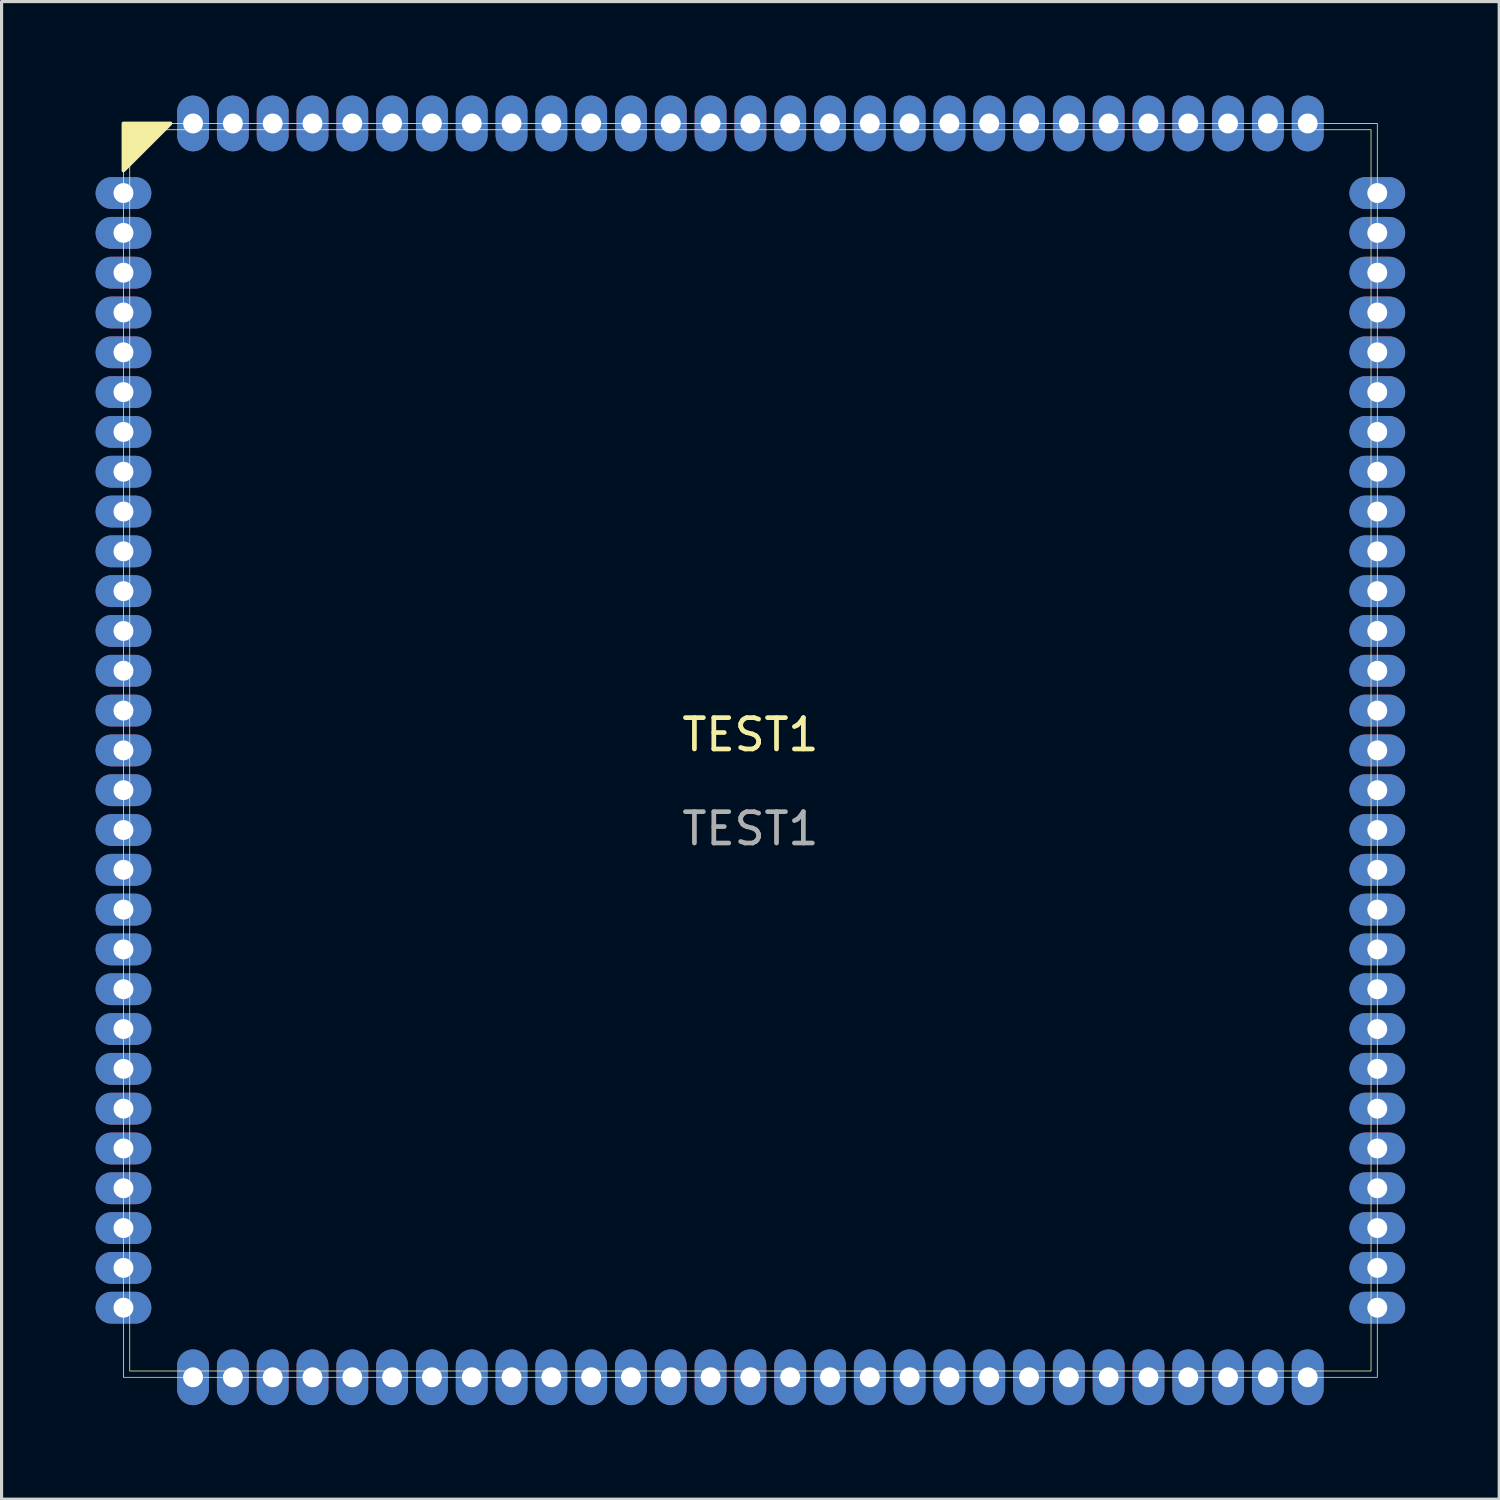
<source format=kicad_pcb>
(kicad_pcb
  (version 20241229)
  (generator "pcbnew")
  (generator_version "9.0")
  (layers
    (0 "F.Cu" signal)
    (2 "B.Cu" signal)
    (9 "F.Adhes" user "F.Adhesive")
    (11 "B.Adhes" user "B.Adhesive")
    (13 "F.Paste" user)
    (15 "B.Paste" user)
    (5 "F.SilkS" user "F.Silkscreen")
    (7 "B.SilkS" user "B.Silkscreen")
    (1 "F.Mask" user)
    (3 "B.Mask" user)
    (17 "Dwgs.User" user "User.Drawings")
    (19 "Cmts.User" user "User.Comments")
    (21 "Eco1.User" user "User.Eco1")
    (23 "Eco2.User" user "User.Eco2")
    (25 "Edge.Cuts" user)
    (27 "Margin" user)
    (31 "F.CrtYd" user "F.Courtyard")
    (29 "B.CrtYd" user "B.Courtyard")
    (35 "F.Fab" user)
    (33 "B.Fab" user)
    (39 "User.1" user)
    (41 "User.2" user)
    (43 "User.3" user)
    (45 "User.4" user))
  (footprint "TEST1"
    (layer "F.Cu")
    (at 20.889 20.889)
    (property "Reference" "TEST1" (at 0 -0.5 0) (unlocked yes) (layer "F.SilkS") (effects (font (size 1 1) (thickness 0.15))))
    (attr smd)
    (fp_rect (start -20 -20) (end 20 20) (stroke (width 0.025) (type solid)) (fill no) (layer "F.SilkS"))
    (fp_rect (start -19.8 -19.8) (end 19.8 19.8) (stroke (width 0.025) (type solid)) (fill no) (layer "F.SilkS"))
    (fp_poly (pts (xy -20 -18.5) (xy -20 -20) (xy -18.5 -20)) (stroke (width 0.12) (type solid)) (fill yes) (layer "F.SilkS"))
    (fp_text user "${REFERENCE}" (at 0 2.5 0) (unlocked yes) (layer "F.Fab") (effects (font (size 1 1) (thickness 0.15))))
    (pad "1" thru_hole oval (at -20 -17.78) (size 1.778 1.016) (drill 0.635) (layers "*.Cu" "*.Mask"))
    (pad "2" thru_hole oval (at -20 -16.51) (size 1.778 1.016) (drill 0.635) (layers "*.Cu" "*.Mask"))
    (pad "3" thru_hole oval (at -20 -15.24) (size 1.778 1.016) (drill 0.635) (layers "*.Cu" "*.Mask"))
    (pad "4" thru_hole oval (at -20 -13.97) (size 1.778 1.016) (drill 0.635) (layers "*.Cu" "*.Mask"))
    (pad "5" thru_hole oval (at -20 -12.7) (size 1.778 1.016) (drill 0.635) (layers "*.Cu" "*.Mask"))
    (pad "6" thru_hole oval (at -20 -11.43) (size 1.778 1.016) (drill 0.635) (layers "*.Cu" "*.Mask"))
    (pad "7" thru_hole oval (at -20 -10.16) (size 1.778 1.016) (drill 0.635) (layers "*.Cu" "*.Mask"))
    (pad "8" thru_hole oval (at -20 -8.89) (size 1.778 1.016) (drill 0.635) (layers "*.Cu" "*.Mask"))
    (pad "9" thru_hole oval (at -20 -7.62) (size 1.778 1.016) (drill 0.635) (layers "*.Cu" "*.Mask"))
    (pad "10" thru_hole oval (at -20 -6.35) (size 1.778 1.016) (drill 0.635) (layers "*.Cu" "*.Mask"))
    (pad "11" thru_hole oval (at -20 -5.08) (size 1.778 1.016) (drill 0.635) (layers "*.Cu" "*.Mask"))
    (pad "12" thru_hole oval (at -20 -3.81) (size 1.778 1.016) (drill 0.635) (layers "*.Cu" "*.Mask"))
    (pad "13" thru_hole oval (at -20 -2.54) (size 1.778 1.016) (drill 0.635) (layers "*.Cu" "*.Mask"))
    (pad "14" thru_hole oval (at -20 -1.27) (size 1.778 1.016) (drill 0.635) (layers "*.Cu" "*.Mask"))
    (pad "15" thru_hole oval (at -20 0) (size 1.778 1.016) (drill 0.635) (layers "*.Cu" "*.Mask"))
    (pad "16" thru_hole oval (at -20 1.27) (size 1.778 1.016) (drill 0.635) (layers "*.Cu" "*.Mask"))
    (pad "17" thru_hole oval (at -20 2.54) (size 1.778 1.016) (drill 0.635) (layers "*.Cu" "*.Mask"))
    (pad "18" thru_hole oval (at -20 3.81) (size 1.778 1.016) (drill 0.635) (layers "*.Cu" "*.Mask"))
    (pad "19" thru_hole oval (at -20 5.08) (size 1.778 1.016) (drill 0.635) (layers "*.Cu" "*.Mask"))
    (pad "20" thru_hole oval (at -20 6.35) (size 1.778 1.016) (drill 0.635) (layers "*.Cu" "*.Mask"))
    (pad "21" thru_hole oval (at -20 7.62) (size 1.778 1.016) (drill 0.635) (layers "*.Cu" "*.Mask"))
    (pad "22" thru_hole oval (at -20 8.89) (size 1.778 1.016) (drill 0.635) (layers "*.Cu" "*.Mask"))
    (pad "23" thru_hole oval (at -20 10.16) (size 1.778 1.016) (drill 0.635) (layers "*.Cu" "*.Mask"))
    (pad "24" thru_hole oval (at -20 11.43) (size 1.778 1.016) (drill 0.635) (layers "*.Cu" "*.Mask"))
    (pad "25" thru_hole oval (at -20 12.7) (size 1.778 1.016) (drill 0.635) (layers "*.Cu" "*.Mask"))
    (pad "26" thru_hole oval (at -20 13.97) (size 1.778 1.016) (drill 0.635) (layers "*.Cu" "*.Mask"))
    (pad "27" thru_hole oval (at -20 15.24) (size 1.778 1.016) (drill 0.635) (layers "*.Cu" "*.Mask"))
    (pad "28" thru_hole oval (at -20 16.51) (size 1.778 1.016) (drill 0.635) (layers "*.Cu" "*.Mask"))
    (pad "29" thru_hole oval (at -20 17.78) (size 1.778 1.016) (drill 0.635) (layers "*.Cu" "*.Mask"))
    (pad "30" thru_hole oval (at -17.78 20 90) (size 1.778 1.016) (drill 0.635) (layers "*.Cu" "*.Mask"))
    (pad "31" thru_hole oval (at -16.51 20 90) (size 1.778 1.016) (drill 0.635) (layers "*.Cu" "*.Mask"))
    (pad "32" thru_hole oval (at -15.24 20 90) (size 1.778 1.016) (drill 0.635) (layers "*.Cu" "*.Mask"))
    (pad "33" thru_hole oval (at -13.97 20 90) (size 1.778 1.016) (drill 0.635) (layers "*.Cu" "*.Mask"))
    (pad "34" thru_hole oval (at -12.7 20 90) (size 1.778 1.016) (drill 0.635) (layers "*.Cu" "*.Mask"))
    (pad "35" thru_hole oval (at -11.43 20 90) (size 1.778 1.016) (drill 0.635) (layers "*.Cu" "*.Mask"))
    (pad "36" thru_hole oval (at -10.16 20 90) (size 1.778 1.016) (drill 0.635) (layers "*.Cu" "*.Mask"))
    (pad "37" thru_hole oval (at -8.89 20 90) (size 1.778 1.016) (drill 0.635) (layers "*.Cu" "*.Mask"))
    (pad "38" thru_hole oval (at -7.62 20 90) (size 1.778 1.016) (drill 0.635) (layers "*.Cu" "*.Mask"))
    (pad "39" thru_hole oval (at -6.35 20 90) (size 1.778 1.016) (drill 0.635) (layers "*.Cu" "*.Mask"))
    (pad "40" thru_hole oval (at -5.08 20 90) (size 1.778 1.016) (drill 0.635) (layers "*.Cu" "*.Mask"))
    (pad "41" thru_hole oval (at -3.81 20 90) (size 1.778 1.016) (drill 0.635) (layers "*.Cu" "*.Mask"))
    (pad "42" thru_hole oval (at -2.54 20 90) (size 1.778 1.016) (drill 0.635) (layers "*.Cu" "*.Mask"))
    (pad "43" thru_hole oval (at -1.27 20 90) (size 1.778 1.016) (drill 0.635) (layers "*.Cu" "*.Mask"))
    (pad "44" thru_hole oval (at 0 20 90) (size 1.778 1.016) (drill 0.635) (layers "*.Cu" "*.Mask"))
    (pad "45" thru_hole oval (at 1.27 20 90) (size 1.778 1.016) (drill 0.635) (layers "*.Cu" "*.Mask"))
    (pad "46" thru_hole oval (at 2.54 20 90) (size 1.778 1.016) (drill 0.635) (layers "*.Cu" "*.Mask"))
    (pad "47" thru_hole oval (at 3.81 20 90) (size 1.778 1.016) (drill 0.635) (layers "*.Cu" "*.Mask"))
    (pad "48" thru_hole oval (at 5.08 20 90) (size 1.778 1.016) (drill 0.635) (layers "*.Cu" "*.Mask"))
    (pad "49" thru_hole oval (at 6.35 20 90) (size 1.778 1.016) (drill 0.635) (layers "*.Cu" "*.Mask"))
    (pad "50" thru_hole oval (at 7.62 20 90) (size 1.778 1.016) (drill 0.635) (layers "*.Cu" "*.Mask"))
    (pad "51" thru_hole oval (at 8.89 20 90) (size 1.778 1.016) (drill 0.635) (layers "*.Cu" "*.Mask"))
    (pad "52" thru_hole oval (at 10.16 20 90) (size 1.778 1.016) (drill 0.635) (layers "*.Cu" "*.Mask"))
    (pad "53" thru_hole oval (at 11.43 20 90) (size 1.778 1.016) (drill 0.635) (layers "*.Cu" "*.Mask"))
    (pad "54" thru_hole oval (at 12.7 20 90) (size 1.778 1.016) (drill 0.635) (layers "*.Cu" "*.Mask"))
    (pad "55" thru_hole oval (at 13.97 20 90) (size 1.778 1.016) (drill 0.635) (layers "*.Cu" "*.Mask"))
    (pad "56" thru_hole oval (at 15.24 20 90) (size 1.778 1.016) (drill 0.635) (layers "*.Cu" "*.Mask"))
    (pad "57" thru_hole oval (at 16.51 20 90) (size 1.778 1.016) (drill 0.635) (layers "*.Cu" "*.Mask"))
    (pad "58" thru_hole oval (at 17.78 20 90) (size 1.778 1.016) (drill 0.635) (layers "*.Cu" "*.Mask"))
    (pad "59" thru_hole oval (at 20 17.78) (size 1.778 1.016) (drill 0.635) (layers "*.Cu" "*.Mask"))
    (pad "60" thru_hole oval (at 20 16.51) (size 1.778 1.016) (drill 0.635) (layers "*.Cu" "*.Mask"))
    (pad "61" thru_hole oval (at 20 15.24) (size 1.778 1.016) (drill 0.635) (layers "*.Cu" "*.Mask"))
    (pad "62" thru_hole oval (at 20 13.97) (size 1.778 1.016) (drill 0.635) (layers "*.Cu" "*.Mask"))
    (pad "63" thru_hole oval (at 20 12.7) (size 1.778 1.016) (drill 0.635) (layers "*.Cu" "*.Mask"))
    (pad "64" thru_hole oval (at 20 11.43) (size 1.778 1.016) (drill 0.635) (layers "*.Cu" "*.Mask"))
    (pad "65" thru_hole oval (at 20 10.16) (size 1.778 1.016) (drill 0.635) (layers "*.Cu" "*.Mask"))
    (pad "66" thru_hole oval (at 20 8.89) (size 1.778 1.016) (drill 0.635) (layers "*.Cu" "*.Mask"))
    (pad "67" thru_hole oval (at 20 7.62) (size 1.778 1.016) (drill 0.635) (layers "*.Cu" "*.Mask"))
    (pad "68" thru_hole oval (at 20 6.35) (size 1.778 1.016) (drill 0.635) (layers "*.Cu" "*.Mask"))
    (pad "69" thru_hole oval (at 20 5.08) (size 1.778 1.016) (drill 0.635) (layers "*.Cu" "*.Mask"))
    (pad "70" thru_hole oval (at 20 3.81) (size 1.778 1.016) (drill 0.635) (layers "*.Cu" "*.Mask"))
    (pad "71" thru_hole oval (at 20 2.54) (size 1.778 1.016) (drill 0.635) (layers "*.Cu" "*.Mask"))
    (pad "72" thru_hole oval (at 20 1.27) (size 1.778 1.016) (drill 0.635) (layers "*.Cu" "*.Mask"))
    (pad "73" thru_hole oval (at 20 0) (size 1.778 1.016) (drill 0.635) (layers "*.Cu" "*.Mask"))
    (pad "74" thru_hole oval (at 20 -1.27) (size 1.778 1.016) (drill 0.635) (layers "*.Cu" "*.Mask"))
    (pad "75" thru_hole oval (at 20 -2.54) (size 1.778 1.016) (drill 0.635) (layers "*.Cu" "*.Mask"))
    (pad "76" thru_hole oval (at 20 -3.81) (size 1.778 1.016) (drill 0.635) (layers "*.Cu" "*.Mask"))
    (pad "77" thru_hole oval (at 20 -5.08) (size 1.778 1.016) (drill 0.635) (layers "*.Cu" "*.Mask"))
    (pad "78" thru_hole oval (at 20 -6.35) (size 1.778 1.016) (drill 0.635) (layers "*.Cu" "*.Mask"))
    (pad "79" thru_hole oval (at 20 -7.62) (size 1.778 1.016) (drill 0.635) (layers "*.Cu" "*.Mask"))
    (pad "80" thru_hole oval (at 20 -8.89) (size 1.778 1.016) (drill 0.635) (layers "*.Cu" "*.Mask"))
    (pad "81" thru_hole oval (at 20 -10.16) (size 1.778 1.016) (drill 0.635) (layers "*.Cu" "*.Mask"))
    (pad "82" thru_hole oval (at 20 -11.43) (size 1.778 1.016) (drill 0.635) (layers "*.Cu" "*.Mask"))
    (pad "83" thru_hole oval (at 20 -12.7) (size 1.778 1.016) (drill 0.635) (layers "*.Cu" "*.Mask"))
    (pad "84" thru_hole oval (at 20 -13.97) (size 1.778 1.016) (drill 0.635) (layers "*.Cu" "*.Mask"))
    (pad "85" thru_hole oval (at 20 -15.24) (size 1.778 1.016) (drill 0.635) (layers "*.Cu" "*.Mask"))
    (pad "86" thru_hole oval (at 20 -16.51) (size 1.778 1.016) (drill 0.635) (layers "*.Cu" "*.Mask"))
    (pad "87" thru_hole oval (at 20 -17.78) (size 1.778 1.016) (drill 0.635) (layers "*.Cu" "*.Mask"))
    (pad "88" thru_hole oval (at 17.78 -20 90) (size 1.778 1.016) (drill 0.635) (layers "*.Cu" "*.Mask"))
    (pad "89" thru_hole oval (at 16.51 -20 90) (size 1.778 1.016) (drill 0.635) (layers "*.Cu" "*.Mask"))
    (pad "90" thru_hole oval (at 15.24 -20 90) (size 1.778 1.016) (drill 0.635) (layers "*.Cu" "*.Mask"))
    (pad "91" thru_hole oval (at 13.97 -20 90) (size 1.778 1.016) (drill 0.635) (layers "*.Cu" "*.Mask"))
    (pad "92" thru_hole oval (at 12.7 -20 90) (size 1.778 1.016) (drill 0.635) (layers "*.Cu" "*.Mask"))
    (pad "93" thru_hole oval (at 11.43 -20 90) (size 1.778 1.016) (drill 0.635) (layers "*.Cu" "*.Mask"))
    (pad "94" thru_hole oval (at 10.16 -20 90) (size 1.778 1.016) (drill 0.635) (layers "*.Cu" "*.Mask"))
    (pad "95" thru_hole oval (at 8.89 -20 90) (size 1.778 1.016) (drill 0.635) (layers "*.Cu" "*.Mask"))
    (pad "96" thru_hole oval (at 7.62 -20 90) (size 1.778 1.016) (drill 0.635) (layers "*.Cu" "*.Mask"))
    (pad "97" thru_hole oval (at 6.35 -20 90) (size 1.778 1.016) (drill 0.635) (layers "*.Cu" "*.Mask"))
    (pad "98" thru_hole oval (at 5.08 -20 90) (size 1.778 1.016) (drill 0.635) (layers "*.Cu" "*.Mask"))
    (pad "99" thru_hole oval (at 3.81 -20 90) (size 1.778 1.016) (drill 0.635) (layers "*.Cu" "*.Mask"))
    (pad "100" thru_hole oval (at 2.54 -20 90) (size 1.778 1.016) (drill 0.635) (layers "*.Cu" "*.Mask"))
    (pad "101" thru_hole oval (at 1.27 -20 90) (size 1.778 1.016) (drill 0.635) (layers "*.Cu" "*.Mask"))
    (pad "102" thru_hole oval (at 0 -20 90) (size 1.778 1.016) (drill 0.635) (layers "*.Cu" "*.Mask"))
    (pad "103" thru_hole oval (at -1.27 -20 90) (size 1.778 1.016) (drill 0.635) (layers "*.Cu" "*.Mask"))
    (pad "104" thru_hole oval (at -2.54 -20 90) (size 1.778 1.016) (drill 0.635) (layers "*.Cu" "*.Mask"))
    (pad "105" thru_hole oval (at -3.81 -20 90) (size 1.778 1.016) (drill 0.635) (layers "*.Cu" "*.Mask"))
    (pad "106" thru_hole oval (at -5.08 -20 90) (size 1.778 1.016) (drill 0.635) (layers "*.Cu" "*.Mask"))
    (pad "107" thru_hole oval (at -6.35 -20 90) (size 1.778 1.016) (drill 0.635) (layers "*.Cu" "*.Mask"))
    (pad "108" thru_hole oval (at -7.62 -20 90) (size 1.778 1.016) (drill 0.635) (layers "*.Cu" "*.Mask"))
    (pad "109" thru_hole oval (at -8.89 -20 90) (size 1.778 1.016) (drill 0.635) (layers "*.Cu" "*.Mask"))
    (pad "110" thru_hole oval (at -10.16 -20 90) (size 1.778 1.016) (drill 0.635) (layers "*.Cu" "*.Mask"))
    (pad "111" thru_hole oval (at -11.43 -20 90) (size 1.778 1.016) (drill 0.635) (layers "*.Cu" "*.Mask"))
    (pad "112" thru_hole oval (at -12.7 -20 90) (size 1.778 1.016) (drill 0.635) (layers "*.Cu" "*.Mask"))
    (pad "113" thru_hole oval (at -13.97 -20 90) (size 1.778 1.016) (drill 0.635) (layers "*.Cu" "*.Mask"))
    (pad "114" thru_hole oval (at -15.24 -20 90) (size 1.778 1.016) (drill 0.635) (layers "*.Cu" "*.Mask"))
    (pad "115" thru_hole oval (at -16.51 -20 90) (size 1.778 1.016) (drill 0.635) (layers "*.Cu" "*.Mask"))
    (pad "116" thru_hole oval (at -17.78 -20 90) (size 1.778 1.016) (drill 0.635) (layers "*.Cu" "*.Mask")))
  (gr_rect
    (start -3 -3)
    (end 44.778 44.778)
    (stroke (width 0.1) (type default))
    (fill no)
    (layer "Edge.Cuts")))
</source>
